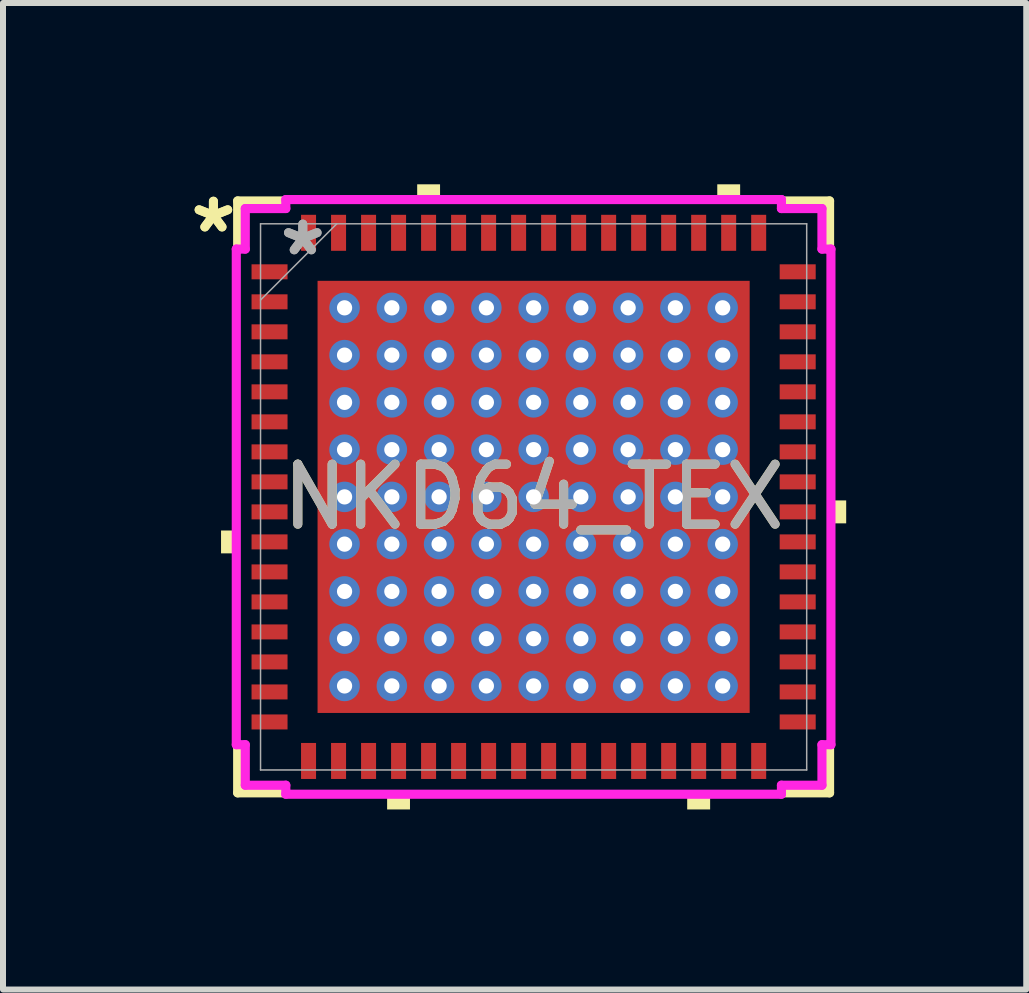
<source format=kicad_pcb>
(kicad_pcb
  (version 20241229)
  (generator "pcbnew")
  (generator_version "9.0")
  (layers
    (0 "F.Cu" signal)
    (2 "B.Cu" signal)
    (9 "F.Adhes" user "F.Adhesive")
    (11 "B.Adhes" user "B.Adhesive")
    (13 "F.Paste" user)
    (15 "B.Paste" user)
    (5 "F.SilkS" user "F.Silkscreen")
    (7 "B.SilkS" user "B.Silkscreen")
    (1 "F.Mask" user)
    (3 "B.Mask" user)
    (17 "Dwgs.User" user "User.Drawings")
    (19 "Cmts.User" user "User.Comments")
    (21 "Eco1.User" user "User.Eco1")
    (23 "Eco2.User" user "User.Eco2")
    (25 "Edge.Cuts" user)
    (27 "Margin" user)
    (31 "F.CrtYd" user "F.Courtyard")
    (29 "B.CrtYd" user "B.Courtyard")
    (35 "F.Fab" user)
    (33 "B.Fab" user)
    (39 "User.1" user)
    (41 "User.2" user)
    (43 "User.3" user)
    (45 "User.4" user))
  (footprint "NKD64_TEX"
    (layer "F.Cu")
    (at 5.841 5.229)
    (property "Reference" "NKD64_TEX" (at 0 0 0) (unlocked yes) (layer "F.SilkS") (effects (font (size 1 1) (thickness 0.15))))
    (attr through_hole)
    (fp_poly (pts (xy -3.663 -3.663) (xy -3.35 -3.663) (xy -3.35 3.663) (xy -3.663 3.663)) (stroke (width 0) (type solid)) (fill yes) (layer "F.Mask"))
    (fp_poly (pts (xy -3.663 -3.663) (xy 3.663 -3.663) (xy 3.663 -3.35) (xy -3.663 -3.35)) (stroke (width 0) (type solid)) (fill yes) (layer "F.Mask"))
    (fp_poly (pts (xy -3.663 -2.95) (xy 3.663 -2.95) (xy 3.663 -2.562) (xy -3.663 -2.562)) (stroke (width 0) (type solid)) (fill yes) (layer "F.Mask"))
    (fp_poly (pts (xy -3.663 -2.162) (xy 3.663 -2.162) (xy 3.663 -1.775) (xy -3.663 -1.775)) (stroke (width 0) (type solid)) (fill yes) (layer "F.Mask"))
    (fp_poly (pts (xy -3.663 -1.375) (xy 3.663 -1.375) (xy 3.663 -0.987) (xy -3.663 -0.987)) (stroke (width 0) (type solid)) (fill yes) (layer "F.Mask"))
    (fp_poly (pts (xy -3.663 -0.587) (xy 3.663 -0.587) (xy 3.663 -0.2) (xy -3.663 -0.2)) (stroke (width 0) (type solid)) (fill yes) (layer "F.Mask"))
    (fp_poly (pts (xy -3.663 0.2) (xy 3.663 0.2) (xy 3.663 0.587) (xy -3.663 0.587)) (stroke (width 0) (type solid)) (fill yes) (layer "F.Mask"))
    (fp_poly (pts (xy -3.663 0.987) (xy 3.663 0.987) (xy 3.663 1.375) (xy -3.663 1.375)) (stroke (width 0) (type solid)) (fill yes) (layer "F.Mask"))
    (fp_poly (pts (xy -3.663 1.775) (xy 3.663 1.775) (xy 3.663 2.162) (xy -3.663 2.162)) (stroke (width 0) (type solid)) (fill yes) (layer "F.Mask"))
    (fp_poly (pts (xy -3.663 2.562) (xy 3.663 2.562) (xy 3.663 2.95) (xy -3.663 2.95)) (stroke (width 0) (type solid)) (fill yes) (layer "F.Mask"))
    (fp_poly (pts (xy -3.663 3.35) (xy 3.663 3.35) (xy 3.663 3.663) (xy -3.663 3.663)) (stroke (width 0) (type solid)) (fill yes) (layer "F.Mask"))
    (fp_poly (pts (xy -2.562 -3.663) (xy -2.95 -3.663) (xy -2.95 3.663) (xy -2.562 3.663)) (stroke (width 0) (type solid)) (fill yes) (layer "F.Mask"))
    (fp_poly (pts (xy -1.775 -3.663) (xy -2.162 -3.663) (xy -2.162 3.663) (xy -1.775 3.663)) (stroke (width 0) (type solid)) (fill yes) (layer "F.Mask"))
    (fp_poly (pts (xy -0.987 -3.663) (xy -1.375 -3.663) (xy -1.375 3.663) (xy -0.987 3.663)) (stroke (width 0) (type solid)) (fill yes) (layer "F.Mask"))
    (fp_poly (pts (xy -0.2 -3.663) (xy -0.587 -3.663) (xy -0.587 3.663) (xy -0.2 3.663)) (stroke (width 0) (type solid)) (fill yes) (layer "F.Mask"))
    (fp_poly (pts (xy 0.587 -3.663) (xy 0.2 -3.663) (xy 0.2 3.663) (xy 0.587 3.663)) (stroke (width 0) (type solid)) (fill yes) (layer "F.Mask"))
    (fp_poly (pts (xy 1.375 -3.663) (xy 0.987 -3.663) (xy 0.987 3.663) (xy 1.375 3.663)) (stroke (width 0) (type solid)) (fill yes) (layer "F.Mask"))
    (fp_poly (pts (xy 2.162 -3.663) (xy 1.775 -3.663) (xy 1.775 3.663) (xy 2.162 3.663)) (stroke (width 0) (type solid)) (fill yes) (layer "F.Mask"))
    (fp_poly (pts (xy 2.95 -3.663) (xy 2.562 -3.663) (xy 2.562 3.663) (xy 2.95 3.663)) (stroke (width 0) (type solid)) (fill yes) (layer "F.Mask"))
    (fp_poly (pts (xy 3.35 -3.663) (xy 3.663 -3.663) (xy 3.663 3.663) (xy 3.35 3.663)) (stroke (width 0) (type solid)) (fill yes) (layer "F.Mask"))
    (fp_line (start -4.931 -4.931) (end -4.931 -4.114) (stroke (width 0.152) (type solid)) (layer "F.SilkS"))
    (fp_line (start -4.931 4.114) (end -4.931 4.931) (stroke (width 0.152) (type solid)) (layer "F.SilkS"))
    (fp_line (start -4.931 4.931) (end -4.114 4.931) (stroke (width 0.152) (type solid)) (layer "F.SilkS"))
    (fp_line (start -4.114 -4.931) (end -4.931 -4.931) (stroke (width 0.152) (type solid)) (layer "F.SilkS"))
    (fp_line (start 4.114 4.931) (end 4.931 4.931) (stroke (width 0.152) (type solid)) (layer "F.SilkS"))
    (fp_line (start 4.931 -4.931) (end 4.114 -4.931) (stroke (width 0.152) (type solid)) (layer "F.SilkS"))
    (fp_line (start 4.931 -4.114) (end 4.931 -4.931) (stroke (width 0.152) (type solid)) (layer "F.SilkS"))
    (fp_line (start 4.931 4.931) (end 4.931 4.114) (stroke (width 0.152) (type solid)) (layer "F.SilkS"))
    (fp_poly (pts (xy -5.208 0.56) (xy -5.208 0.941) (xy -4.954 0.941) (xy -4.954 0.56)) (stroke (width 0) (type solid)) (fill yes) (layer "F.SilkS"))
    (fp_poly (pts (xy -2.441 4.954) (xy -2.441 5.208) (xy -2.06 5.208) (xy -2.06 4.954)) (stroke (width 0) (type solid)) (fill yes) (layer "F.SilkS"))
    (fp_poly (pts (xy -1.94 -4.954) (xy -1.94 -5.208) (xy -1.559 -5.208) (xy -1.559 -4.954)) (stroke (width 0) (type solid)) (fill yes) (layer "F.SilkS"))
    (fp_poly (pts (xy 2.559 4.954) (xy 2.559 5.208) (xy 2.941 5.208) (xy 2.941 4.954)) (stroke (width 0) (type solid)) (fill yes) (layer "F.SilkS"))
    (fp_poly (pts (xy 3.06 -4.954) (xy 3.06 -5.208) (xy 3.441 -5.208) (xy 3.441 -4.954)) (stroke (width 0) (type solid)) (fill yes) (layer "F.SilkS"))
    (fp_poly (pts (xy 5.208 0.059) (xy 5.208 0.441) (xy 4.954 0.441) (xy 4.954 0.059)) (stroke (width 0) (type solid)) (fill yes) (layer "F.SilkS"))
    (fp_poly (pts (xy -3.525 -3.525) (xy -3.525 -3.25) (xy -3.391 -3.25) (xy -3.25 -3.391) (xy -3.25 -3.525)) (stroke (width 0) (type solid)) (fill yes) (layer "F.Paste"))
    (fp_poly (pts (xy -3.525 3.25) (xy -3.525 3.525) (xy -3.25 3.525) (xy -3.25 3.391) (xy -3.391 3.25)) (stroke (width 0) (type solid)) (fill yes) (layer "F.Paste"))
    (fp_poly (pts (xy 3.25 -3.525) (xy 3.25 -3.391) (xy 3.391 -3.25) (xy 3.525 -3.25) (xy 3.525 -3.525)) (stroke (width 0) (type solid)) (fill yes) (layer "F.Paste"))
    (fp_poly (pts (xy 3.391 3.25) (xy 3.25 3.391) (xy 3.25 3.525) (xy 3.525 3.525) (xy 3.525 3.25)) (stroke (width 0) (type solid)) (fill yes) (layer "F.Paste"))
    (fp_poly (pts (xy -3.525 -3.05) (xy -3.525 -2.462) (xy -3.391 -2.462) (xy -3.25 -2.604) (xy -3.25 -2.908) (xy -3.391 -3.05)) (stroke (width 0) (type solid)) (fill yes) (layer "F.Paste"))
    (fp_poly (pts (xy -3.525 -2.262) (xy -3.525 -1.675) (xy -3.391 -1.675) (xy -3.25 -1.816) (xy -3.25 -2.121) (xy -3.391 -2.262)) (stroke (width 0) (type solid)) (fill yes) (layer "F.Paste"))
    (fp_poly (pts (xy -3.525 -1.475) (xy -3.525 -0.887) (xy -3.391 -0.887) (xy -3.25 -1.029) (xy -3.25 -1.333) (xy -3.391 -1.475)) (stroke (width 0) (type solid)) (fill yes) (layer "F.Paste"))
    (fp_poly (pts (xy -3.525 -0.687) (xy -3.525 -0.1) (xy -3.391 -0.1) (xy -3.25 -0.241) (xy -3.25 -0.546) (xy -3.391 -0.687)) (stroke (width 0) (type solid)) (fill yes) (layer "F.Paste"))
    (fp_poly (pts (xy -3.525 0.1) (xy -3.525 0.687) (xy -3.391 0.687) (xy -3.25 0.546) (xy -3.25 0.241) (xy -3.391 0.1)) (stroke (width 0) (type solid)) (fill yes) (layer "F.Paste"))
    (fp_poly (pts (xy -3.525 0.887) (xy -3.525 1.475) (xy -3.391 1.475) (xy -3.25 1.333) (xy -3.25 1.029) (xy -3.391 0.887)) (stroke (width 0) (type solid)) (fill yes) (layer "F.Paste"))
    (fp_poly (pts (xy -3.525 1.675) (xy -3.525 2.262) (xy -3.391 2.262) (xy -3.25 2.121) (xy -3.25 1.816) (xy -3.391 1.675)) (stroke (width 0) (type solid)) (fill yes) (layer "F.Paste"))
    (fp_poly (pts (xy -3.525 2.462) (xy -3.525 3.05) (xy -3.391 3.05) (xy -3.25 2.908) (xy -3.25 2.604) (xy -3.391 2.462)) (stroke (width 0) (type solid)) (fill yes) (layer "F.Paste"))
    (fp_poly (pts (xy -3.05 -3.525) (xy -3.05 -3.391) (xy -2.908 -3.25) (xy -2.604 -3.25) (xy -2.462 -3.391) (xy -2.462 -3.525)) (stroke (width 0) (type solid)) (fill yes) (layer "F.Paste"))
    (fp_poly (pts (xy -2.908 3.25) (xy -3.05 3.391) (xy -3.05 3.525) (xy -2.462 3.525) (xy -2.462 3.391) (xy -2.604 3.25)) (stroke (width 0) (type solid)) (fill yes) (layer "F.Paste"))
    (fp_poly (pts (xy -2.262 -3.525) (xy -2.262 -3.391) (xy -2.121 -3.25) (xy -1.816 -3.25) (xy -1.675 -3.391) (xy -1.675 -3.525)) (stroke (width 0) (type solid)) (fill yes) (layer "F.Paste"))
    (fp_poly (pts (xy -2.121 3.25) (xy -2.262 3.391) (xy -2.262 3.525) (xy -1.675 3.525) (xy -1.675 3.391) (xy -1.816 3.25)) (stroke (width 0) (type solid)) (fill yes) (layer "F.Paste"))
    (fp_poly (pts (xy -1.475 -3.525) (xy -1.475 -3.391) (xy -1.333 -3.25) (xy -1.029 -3.25) (xy -0.887 -3.391) (xy -0.887 -3.525)) (stroke (width 0) (type solid)) (fill yes) (layer "F.Paste"))
    (fp_poly (pts (xy -1.333 3.25) (xy -1.475 3.391) (xy -1.475 3.525) (xy -0.887 3.525) (xy -0.887 3.391) (xy -1.029 3.25)) (stroke (width 0) (type solid)) (fill yes) (layer "F.Paste"))
    (fp_poly (pts (xy -0.687 -3.525) (xy -0.687 -3.391) (xy -0.546 -3.25) (xy -0.241 -3.25) (xy -0.1 -3.391) (xy -0.1 -3.525)) (stroke (width 0) (type solid)) (fill yes) (layer "F.Paste"))
    (fp_poly (pts (xy -0.546 3.25) (xy -0.687 3.391) (xy -0.687 3.525) (xy -0.1 3.525) (xy -0.1 3.391) (xy -0.241 3.25)) (stroke (width 0) (type solid)) (fill yes) (layer "F.Paste"))
    (fp_poly (pts (xy 0.1 -3.525) (xy 0.1 -3.391) (xy 0.241 -3.25) (xy 0.546 -3.25) (xy 0.687 -3.391) (xy 0.687 -3.525)) (stroke (width 0) (type solid)) (fill yes) (layer "F.Paste"))
    (fp_poly (pts (xy 0.241 3.25) (xy 0.1 3.391) (xy 0.1 3.525) (xy 0.687 3.525) (xy 0.687 3.391) (xy 0.546 3.25)) (stroke (width 0) (type solid)) (fill yes) (layer "F.Paste"))
    (fp_poly (pts (xy 0.887 -3.525) (xy 0.887 -3.391) (xy 1.029 -3.25) (xy 1.333 -3.25) (xy 1.475 -3.391) (xy 1.475 -3.525)) (stroke (width 0) (type solid)) (fill yes) (layer "F.Paste"))
    (fp_poly (pts (xy 1.029 3.25) (xy 0.887 3.391) (xy 0.887 3.525) (xy 1.475 3.525) (xy 1.475 3.391) (xy 1.333 3.25)) (stroke (width 0) (type solid)) (fill yes) (layer "F.Paste"))
    (fp_poly (pts (xy 1.675 -3.525) (xy 1.675 -3.391) (xy 1.816 -3.25) (xy 2.121 -3.25) (xy 2.262 -3.391) (xy 2.262 -3.525)) (stroke (width 0) (type solid)) (fill yes) (layer "F.Paste"))
    (fp_poly (pts (xy 1.816 3.25) (xy 1.675 3.391) (xy 1.675 3.525) (xy 2.262 3.525) (xy 2.262 3.391) (xy 2.121 3.25)) (stroke (width 0) (type solid)) (fill yes) (layer "F.Paste"))
    (fp_poly (pts (xy 2.462 -3.525) (xy 2.462 -3.391) (xy 2.604 -3.25) (xy 2.908 -3.25) (xy 3.05 -3.391) (xy 3.05 -3.525)) (stroke (width 0) (type solid)) (fill yes) (layer "F.Paste"))
    (fp_poly (pts (xy 2.604 3.25) (xy 2.462 3.391) (xy 2.462 3.525) (xy 3.05 3.525) (xy 3.05 3.391) (xy 2.908 3.25)) (stroke (width 0) (type solid)) (fill yes) (layer "F.Paste"))
    (fp_poly (pts (xy 3.391 -3.05) (xy 3.25 -2.908) (xy 3.25 -2.604) (xy 3.391 -2.462) (xy 3.525 -2.462) (xy 3.525 -3.05)) (stroke (width 0) (type solid)) (fill yes) (layer "F.Paste"))
    (fp_poly (pts (xy 3.391 -2.262) (xy 3.25 -2.121) (xy 3.25 -1.816) (xy 3.391 -1.675) (xy 3.525 -1.675) (xy 3.525 -2.262)) (stroke (width 0) (type solid)) (fill yes) (layer "F.Paste"))
    (fp_poly (pts (xy 3.391 -1.475) (xy 3.25 -1.333) (xy 3.25 -1.029) (xy 3.391 -0.887) (xy 3.525 -0.887) (xy 3.525 -1.475)) (stroke (width 0) (type solid)) (fill yes) (layer "F.Paste"))
    (fp_poly (pts (xy 3.391 -0.687) (xy 3.25 -0.546) (xy 3.25 -0.241) (xy 3.391 -0.1) (xy 3.525 -0.1) (xy 3.525 -0.687)) (stroke (width 0) (type solid)) (fill yes) (layer "F.Paste"))
    (fp_poly (pts (xy 3.391 0.1) (xy 3.25 0.241) (xy 3.25 0.546) (xy 3.391 0.687) (xy 3.525 0.687) (xy 3.525 0.1)) (stroke (width 0) (type solid)) (fill yes) (layer "F.Paste"))
    (fp_poly (pts (xy 3.391 0.887) (xy 3.25 1.029) (xy 3.25 1.333) (xy 3.391 1.475) (xy 3.525 1.475) (xy 3.525 0.887)) (stroke (width 0) (type solid)) (fill yes) (layer "F.Paste"))
    (fp_poly (pts (xy 3.391 1.675) (xy 3.25 1.816) (xy 3.25 2.121) (xy 3.391 2.262) (xy 3.525 2.262) (xy 3.525 1.675)) (stroke (width 0) (type solid)) (fill yes) (layer "F.Paste"))
    (fp_poly (pts (xy 3.391 2.462) (xy 3.25 2.604) (xy 3.25 2.908) (xy 3.391 3.05) (xy 3.525 3.05) (xy 3.525 2.462)) (stroke (width 0) (type solid)) (fill yes) (layer "F.Paste"))
    (fp_poly (pts (xy -2.908 -3.05) (xy -3.05 -2.908) (xy -3.05 -2.604) (xy -2.908 -2.462) (xy -2.604 -2.462) (xy -2.462 -2.604) (xy -2.462 -2.908) (xy -2.604 -3.05)) (stroke (width 0) (type solid)) (fill yes) (layer "F.Paste"))
    (fp_poly (pts (xy -2.908 -2.262) (xy -3.05 -2.121) (xy -3.05 -1.816) (xy -2.908 -1.675) (xy -2.604 -1.675) (xy -2.462 -1.816) (xy -2.462 -2.121) (xy -2.604 -2.262)) (stroke (width 0) (type solid)) (fill yes) (layer "F.Paste"))
    (fp_poly (pts (xy -2.908 -1.475) (xy -3.05 -1.333) (xy -3.05 -1.029) (xy -2.908 -0.887) (xy -2.604 -0.887) (xy -2.462 -1.029) (xy -2.462 -1.333) (xy -2.604 -1.475)) (stroke (width 0) (type solid)) (fill yes) (layer "F.Paste"))
    (fp_poly (pts (xy -2.908 -0.687) (xy -3.05 -0.546) (xy -3.05 -0.241) (xy -2.908 -0.1) (xy -2.604 -0.1) (xy -2.462 -0.241) (xy -2.462 -0.546) (xy -2.604 -0.687)) (stroke (width 0) (type solid)) (fill yes) (layer "F.Paste"))
    (fp_poly (pts (xy -2.908 0.1) (xy -3.05 0.241) (xy -3.05 0.546) (xy -2.908 0.687) (xy -2.604 0.687) (xy -2.462 0.546) (xy -2.462 0.241) (xy -2.604 0.1)) (stroke (width 0) (type solid)) (fill yes) (layer "F.Paste"))
    (fp_poly (pts (xy -2.908 0.887) (xy -3.05 1.029) (xy -3.05 1.333) (xy -2.908 1.475) (xy -2.604 1.475) (xy -2.462 1.333) (xy -2.462 1.029) (xy -2.604 0.887)) (stroke (width 0) (type solid)) (fill yes) (layer "F.Paste"))
    (fp_poly (pts (xy -2.908 1.675) (xy -3.05 1.816) (xy -3.05 2.121) (xy -2.908 2.262) (xy -2.604 2.262) (xy -2.462 2.121) (xy -2.462 1.816) (xy -2.604 1.675)) (stroke (width 0) (type solid)) (fill yes) (layer "F.Paste"))
    (fp_poly (pts (xy -2.908 2.462) (xy -3.05 2.604) (xy -3.05 2.908) (xy -2.908 3.05) (xy -2.604 3.05) (xy -2.462 2.908) (xy -2.462 2.604) (xy -2.604 2.462)) (stroke (width 0) (type solid)) (fill yes) (layer "F.Paste"))
    (fp_poly (pts (xy -2.121 -3.05) (xy -2.262 -2.908) (xy -2.262 -2.604) (xy -2.121 -2.462) (xy -1.816 -2.462) (xy -1.675 -2.604) (xy -1.675 -2.908) (xy -1.816 -3.05)) (stroke (width 0) (type solid)) (fill yes) (layer "F.Paste"))
    (fp_poly (pts (xy -2.121 -2.262) (xy -2.262 -2.121) (xy -2.262 -1.816) (xy -2.121 -1.675) (xy -1.816 -1.675) (xy -1.675 -1.816) (xy -1.675 -2.121) (xy -1.816 -2.262)) (stroke (width 0) (type solid)) (fill yes) (layer "F.Paste"))
    (fp_poly (pts (xy -2.121 -1.475) (xy -2.262 -1.333) (xy -2.262 -1.029) (xy -2.121 -0.887) (xy -1.816 -0.887) (xy -1.675 -1.029) (xy -1.675 -1.333) (xy -1.816 -1.475)) (stroke (width 0) (type solid)) (fill yes) (layer "F.Paste"))
    (fp_poly (pts (xy -2.121 -0.687) (xy -2.262 -0.546) (xy -2.262 -0.241) (xy -2.121 -0.1) (xy -1.816 -0.1) (xy -1.675 -0.241) (xy -1.675 -0.546) (xy -1.816 -0.687)) (stroke (width 0) (type solid)) (fill yes) (layer "F.Paste"))
    (fp_poly (pts (xy -2.121 0.1) (xy -2.262 0.241) (xy -2.262 0.546) (xy -2.121 0.687) (xy -1.816 0.687) (xy -1.675 0.546) (xy -1.675 0.241) (xy -1.816 0.1)) (stroke (width 0) (type solid)) (fill yes) (layer "F.Paste"))
    (fp_poly (pts (xy -2.121 0.887) (xy -2.262 1.029) (xy -2.262 1.333) (xy -2.121 1.475) (xy -1.816 1.475) (xy -1.675 1.333) (xy -1.675 1.029) (xy -1.816 0.887)) (stroke (width 0) (type solid)) (fill yes) (layer "F.Paste"))
    (fp_poly (pts (xy -2.121 1.675) (xy -2.262 1.816) (xy -2.262 2.121) (xy -2.121 2.262) (xy -1.816 2.262) (xy -1.675 2.121) (xy -1.675 1.816) (xy -1.816 1.675)) (stroke (width 0) (type solid)) (fill yes) (layer "F.Paste"))
    (fp_poly (pts (xy -2.121 2.462) (xy -2.262 2.604) (xy -2.262 2.908) (xy -2.121 3.05) (xy -1.816 3.05) (xy -1.675 2.908) (xy -1.675 2.604) (xy -1.816 2.462)) (stroke (width 0) (type solid)) (fill yes) (layer "F.Paste"))
    (fp_poly (pts (xy -1.333 -3.05) (xy -1.475 -2.908) (xy -1.475 -2.604) (xy -1.333 -2.462) (xy -1.029 -2.462) (xy -0.887 -2.604) (xy -0.887 -2.908) (xy -1.029 -3.05)) (stroke (width 0) (type solid)) (fill yes) (layer "F.Paste"))
    (fp_poly (pts (xy -1.333 -2.262) (xy -1.475 -2.121) (xy -1.475 -1.816) (xy -1.333 -1.675) (xy -1.029 -1.675) (xy -0.887 -1.816) (xy -0.887 -2.121) (xy -1.029 -2.262)) (stroke (width 0) (type solid)) (fill yes) (layer "F.Paste"))
    (fp_poly (pts (xy -1.333 -1.475) (xy -1.475 -1.333) (xy -1.475 -1.029) (xy -1.333 -0.887) (xy -1.029 -0.887) (xy -0.887 -1.029) (xy -0.887 -1.333) (xy -1.029 -1.475)) (stroke (width 0) (type solid)) (fill yes) (layer "F.Paste"))
    (fp_poly (pts (xy -1.333 -0.687) (xy -1.475 -0.546) (xy -1.475 -0.241) (xy -1.333 -0.1) (xy -1.029 -0.1) (xy -0.887 -0.241) (xy -0.887 -0.546) (xy -1.029 -0.687)) (stroke (width 0) (type solid)) (fill yes) (layer "F.Paste"))
    (fp_poly (pts (xy -1.333 0.1) (xy -1.475 0.241) (xy -1.475 0.546) (xy -1.333 0.687) (xy -1.029 0.687) (xy -0.887 0.546) (xy -0.887 0.241) (xy -1.029 0.1)) (stroke (width 0) (type solid)) (fill yes) (layer "F.Paste"))
    (fp_poly (pts (xy -1.333 0.887) (xy -1.475 1.029) (xy -1.475 1.333) (xy -1.333 1.475) (xy -1.029 1.475) (xy -0.887 1.333) (xy -0.887 1.029) (xy -1.029 0.887)) (stroke (width 0) (type solid)) (fill yes) (layer "F.Paste"))
    (fp_poly (pts (xy -1.333 1.675) (xy -1.475 1.816) (xy -1.475 2.121) (xy -1.333 2.262) (xy -1.029 2.262) (xy -0.887 2.121) (xy -0.887 1.816) (xy -1.029 1.675)) (stroke (width 0) (type solid)) (fill yes) (layer "F.Paste"))
    (fp_poly (pts (xy -1.333 2.462) (xy -1.475 2.604) (xy -1.475 2.908) (xy -1.333 3.05) (xy -1.029 3.05) (xy -0.887 2.908) (xy -0.887 2.604) (xy -1.029 2.462)) (stroke (width 0) (type solid)) (fill yes) (layer "F.Paste"))
    (fp_poly (pts (xy -0.546 -3.05) (xy -0.687 -2.908) (xy -0.687 -2.604) (xy -0.546 -2.462) (xy -0.241 -2.462) (xy -0.1 -2.604) (xy -0.1 -2.908) (xy -0.241 -3.05)) (stroke (width 0) (type solid)) (fill yes) (layer "F.Paste"))
    (fp_poly (pts (xy -0.546 -2.262) (xy -0.687 -2.121) (xy -0.687 -1.816) (xy -0.546 -1.675) (xy -0.241 -1.675) (xy -0.1 -1.816) (xy -0.1 -2.121) (xy -0.241 -2.262)) (stroke (width 0) (type solid)) (fill yes) (layer "F.Paste"))
    (fp_poly (pts (xy -0.546 -1.475) (xy -0.687 -1.333) (xy -0.687 -1.029) (xy -0.546 -0.887) (xy -0.241 -0.887) (xy -0.1 -1.029) (xy -0.1 -1.333) (xy -0.241 -1.475)) (stroke (width 0) (type solid)) (fill yes) (layer "F.Paste"))
    (fp_poly (pts (xy -0.546 -0.687) (xy -0.687 -0.546) (xy -0.687 -0.241) (xy -0.546 -0.1) (xy -0.241 -0.1) (xy -0.1 -0.241) (xy -0.1 -0.546) (xy -0.241 -0.687)) (stroke (width 0) (type solid)) (fill yes) (layer "F.Paste"))
    (fp_poly (pts (xy -0.546 0.1) (xy -0.687 0.241) (xy -0.687 0.546) (xy -0.546 0.687) (xy -0.241 0.687) (xy -0.1 0.546) (xy -0.1 0.241) (xy -0.241 0.1)) (stroke (width 0) (type solid)) (fill yes) (layer "F.Paste"))
    (fp_poly (pts (xy -0.546 0.887) (xy -0.687 1.029) (xy -0.687 1.333) (xy -0.546 1.475) (xy -0.241 1.475) (xy -0.1 1.333) (xy -0.1 1.029) (xy -0.241 0.887)) (stroke (width 0) (type solid)) (fill yes) (layer "F.Paste"))
    (fp_poly (pts (xy -0.546 1.675) (xy -0.687 1.816) (xy -0.687 2.121) (xy -0.546 2.262) (xy -0.241 2.262) (xy -0.1 2.121) (xy -0.1 1.816) (xy -0.241 1.675)) (stroke (width 0) (type solid)) (fill yes) (layer "F.Paste"))
    (fp_poly (pts (xy -0.546 2.462) (xy -0.687 2.604) (xy -0.687 2.908) (xy -0.546 3.05) (xy -0.241 3.05) (xy -0.1 2.908) (xy -0.1 2.604) (xy -0.241 2.462)) (stroke (width 0) (type solid)) (fill yes) (layer "F.Paste"))
    (fp_poly (pts (xy 0.241 -3.05) (xy 0.1 -2.908) (xy 0.1 -2.604) (xy 0.241 -2.462) (xy 0.546 -2.462) (xy 0.687 -2.604) (xy 0.687 -2.908) (xy 0.546 -3.05)) (stroke (width 0) (type solid)) (fill yes) (layer "F.Paste"))
    (fp_poly (pts (xy 0.241 -2.262) (xy 0.1 -2.121) (xy 0.1 -1.816) (xy 0.241 -1.675) (xy 0.546 -1.675) (xy 0.687 -1.816) (xy 0.687 -2.121) (xy 0.546 -2.262)) (stroke (width 0) (type solid)) (fill yes) (layer "F.Paste"))
    (fp_poly (pts (xy 0.241 -1.475) (xy 0.1 -1.333) (xy 0.1 -1.029) (xy 0.241 -0.887) (xy 0.546 -0.887) (xy 0.687 -1.029) (xy 0.687 -1.333) (xy 0.546 -1.475)) (stroke (width 0) (type solid)) (fill yes) (layer "F.Paste"))
    (fp_poly (pts (xy 0.241 -0.687) (xy 0.1 -0.546) (xy 0.1 -0.241) (xy 0.241 -0.1) (xy 0.546 -0.1) (xy 0.687 -0.241) (xy 0.687 -0.546) (xy 0.546 -0.687)) (stroke (width 0) (type solid)) (fill yes) (layer "F.Paste"))
    (fp_poly (pts (xy 0.241 0.1) (xy 0.1 0.241) (xy 0.1 0.546) (xy 0.241 0.687) (xy 0.546 0.687) (xy 0.687 0.546) (xy 0.687 0.241) (xy 0.546 0.1)) (stroke (width 0) (type solid)) (fill yes) (layer "F.Paste"))
    (fp_poly (pts (xy 0.241 0.887) (xy 0.1 1.029) (xy 0.1 1.333) (xy 0.241 1.475) (xy 0.546 1.475) (xy 0.687 1.333) (xy 0.687 1.029) (xy 0.546 0.887)) (stroke (width 0) (type solid)) (fill yes) (layer "F.Paste"))
    (fp_poly (pts (xy 0.241 1.675) (xy 0.1 1.816) (xy 0.1 2.121) (xy 0.241 2.262) (xy 0.546 2.262) (xy 0.687 2.121) (xy 0.687 1.816) (xy 0.546 1.675)) (stroke (width 0) (type solid)) (fill yes) (layer "F.Paste"))
    (fp_poly (pts (xy 0.241 2.462) (xy 0.1 2.604) (xy 0.1 2.908) (xy 0.241 3.05) (xy 0.546 3.05) (xy 0.687 2.908) (xy 0.687 2.604) (xy 0.546 2.462)) (stroke (width 0) (type solid)) (fill yes) (layer "F.Paste"))
    (fp_poly (pts (xy 1.029 -3.05) (xy 0.887 -2.908) (xy 0.887 -2.604) (xy 1.029 -2.462) (xy 1.333 -2.462) (xy 1.475 -2.604) (xy 1.475 -2.908) (xy 1.333 -3.05)) (stroke (width 0) (type solid)) (fill yes) (layer "F.Paste"))
    (fp_poly (pts (xy 1.029 -2.262) (xy 0.887 -2.121) (xy 0.887 -1.816) (xy 1.029 -1.675) (xy 1.333 -1.675) (xy 1.475 -1.816) (xy 1.475 -2.121) (xy 1.333 -2.262)) (stroke (width 0) (type solid)) (fill yes) (layer "F.Paste"))
    (fp_poly (pts (xy 1.029 -1.475) (xy 0.887 -1.333) (xy 0.887 -1.029) (xy 1.029 -0.887) (xy 1.333 -0.887) (xy 1.475 -1.029) (xy 1.475 -1.333) (xy 1.333 -1.475)) (stroke (width 0) (type solid)) (fill yes) (layer "F.Paste"))
    (fp_poly (pts (xy 1.029 -0.687) (xy 0.887 -0.546) (xy 0.887 -0.241) (xy 1.029 -0.1) (xy 1.333 -0.1) (xy 1.475 -0.241) (xy 1.475 -0.546) (xy 1.333 -0.687)) (stroke (width 0) (type solid)) (fill yes) (layer "F.Paste"))
    (fp_poly (pts (xy 1.029 0.1) (xy 0.887 0.241) (xy 0.887 0.546) (xy 1.029 0.687) (xy 1.333 0.687) (xy 1.475 0.546) (xy 1.475 0.241) (xy 1.333 0.1)) (stroke (width 0) (type solid)) (fill yes) (layer "F.Paste"))
    (fp_poly (pts (xy 1.029 0.887) (xy 0.887 1.029) (xy 0.887 1.333) (xy 1.029 1.475) (xy 1.333 1.475) (xy 1.475 1.333) (xy 1.475 1.029) (xy 1.333 0.887)) (stroke (width 0) (type solid)) (fill yes) (layer "F.Paste"))
    (fp_poly (pts (xy 1.029 1.675) (xy 0.887 1.816) (xy 0.887 2.121) (xy 1.029 2.262) (xy 1.333 2.262) (xy 1.475 2.121) (xy 1.475 1.816) (xy 1.333 1.675)) (stroke (width 0) (type solid)) (fill yes) (layer "F.Paste"))
    (fp_poly (pts (xy 1.029 2.462) (xy 0.887 2.604) (xy 0.887 2.908) (xy 1.029 3.05) (xy 1.333 3.05) (xy 1.475 2.908) (xy 1.475 2.604) (xy 1.333 2.462)) (stroke (width 0) (type solid)) (fill yes) (layer "F.Paste"))
    (fp_poly (pts (xy 1.816 -3.05) (xy 1.675 -2.908) (xy 1.675 -2.604) (xy 1.816 -2.462) (xy 2.121 -2.462) (xy 2.262 -2.604) (xy 2.262 -2.908) (xy 2.121 -3.05)) (stroke (width 0) (type solid)) (fill yes) (layer "F.Paste"))
    (fp_poly (pts (xy 1.816 -2.262) (xy 1.675 -2.121) (xy 1.675 -1.816) (xy 1.816 -1.675) (xy 2.121 -1.675) (xy 2.262 -1.816) (xy 2.262 -2.121) (xy 2.121 -2.262)) (stroke (width 0) (type solid)) (fill yes) (layer "F.Paste"))
    (fp_poly (pts (xy 1.816 -1.475) (xy 1.675 -1.333) (xy 1.675 -1.029) (xy 1.816 -0.887) (xy 2.121 -0.887) (xy 2.262 -1.029) (xy 2.262 -1.333) (xy 2.121 -1.475)) (stroke (width 0) (type solid)) (fill yes) (layer "F.Paste"))
    (fp_poly (pts (xy 1.816 -0.687) (xy 1.675 -0.546) (xy 1.675 -0.241) (xy 1.816 -0.1) (xy 2.121 -0.1) (xy 2.262 -0.241) (xy 2.262 -0.546) (xy 2.121 -0.687)) (stroke (width 0) (type solid)) (fill yes) (layer "F.Paste"))
    (fp_poly (pts (xy 1.816 0.1) (xy 1.675 0.241) (xy 1.675 0.546) (xy 1.816 0.687) (xy 2.121 0.687) (xy 2.262 0.546) (xy 2.262 0.241) (xy 2.121 0.1)) (stroke (width 0) (type solid)) (fill yes) (layer "F.Paste"))
    (fp_poly (pts (xy 1.816 0.887) (xy 1.675 1.029) (xy 1.675 1.333) (xy 1.816 1.475) (xy 2.121 1.475) (xy 2.262 1.333) (xy 2.262 1.029) (xy 2.121 0.887)) (stroke (width 0) (type solid)) (fill yes) (layer "F.Paste"))
    (fp_poly (pts (xy 1.816 1.675) (xy 1.675 1.816) (xy 1.675 2.121) (xy 1.816 2.262) (xy 2.121 2.262) (xy 2.262 2.121) (xy 2.262 1.816) (xy 2.121 1.675)) (stroke (width 0) (type solid)) (fill yes) (layer "F.Paste"))
    (fp_poly (pts (xy 1.816 2.462) (xy 1.675 2.604) (xy 1.675 2.908) (xy 1.816 3.05) (xy 2.121 3.05) (xy 2.262 2.908) (xy 2.262 2.604) (xy 2.121 2.462)) (stroke (width 0) (type solid)) (fill yes) (layer "F.Paste"))
    (fp_poly (pts (xy 2.604 -3.05) (xy 2.462 -2.908) (xy 2.462 -2.604) (xy 2.604 -2.462) (xy 2.908 -2.462) (xy 3.05 -2.604) (xy 3.05 -2.908) (xy 2.908 -3.05)) (stroke (width 0) (type solid)) (fill yes) (layer "F.Paste"))
    (fp_poly (pts (xy 2.604 -2.262) (xy 2.462 -2.121) (xy 2.462 -1.816) (xy 2.604 -1.675) (xy 2.908 -1.675) (xy 3.05 -1.816) (xy 3.05 -2.121) (xy 2.908 -2.262)) (stroke (width 0) (type solid)) (fill yes) (layer "F.Paste"))
    (fp_poly (pts (xy 2.604 -1.475) (xy 2.462 -1.333) (xy 2.462 -1.029) (xy 2.604 -0.887) (xy 2.908 -0.887) (xy 3.05 -1.029) (xy 3.05 -1.333) (xy 2.908 -1.475)) (stroke (width 0) (type solid)) (fill yes) (layer "F.Paste"))
    (fp_poly (pts (xy 2.604 -0.687) (xy 2.462 -0.546) (xy 2.462 -0.241) (xy 2.604 -0.1) (xy 2.908 -0.1) (xy 3.05 -0.241) (xy 3.05 -0.546) (xy 2.908 -0.687)) (stroke (width 0) (type solid)) (fill yes) (layer "F.Paste"))
    (fp_poly (pts (xy 2.604 0.1) (xy 2.462 0.241) (xy 2.462 0.546) (xy 2.604 0.687) (xy 2.908 0.687) (xy 3.05 0.546) (xy 3.05 0.241) (xy 2.908 0.1)) (stroke (width 0) (type solid)) (fill yes) (layer "F.Paste"))
    (fp_poly (pts (xy 2.604 0.887) (xy 2.462 1.029) (xy 2.462 1.333) (xy 2.604 1.475) (xy 2.908 1.475) (xy 3.05 1.333) (xy 3.05 1.029) (xy 2.908 0.887)) (stroke (width 0) (type solid)) (fill yes) (layer "F.Paste"))
    (fp_poly (pts (xy 2.604 1.675) (xy 2.462 1.816) (xy 2.462 2.121) (xy 2.604 2.262) (xy 2.908 2.262) (xy 3.05 2.121) (xy 3.05 1.816) (xy 2.908 1.675)) (stroke (width 0) (type solid)) (fill yes) (layer "F.Paste"))
    (fp_poly (pts (xy 2.604 2.462) (xy 2.462 2.604) (xy 2.462 2.908) (xy 2.604 3.05) (xy 2.908 3.05) (xy 3.05 2.908) (xy 3.05 2.604) (xy 2.908 2.462)) (stroke (width 0) (type solid)) (fill yes) (layer "F.Paste"))
    (fp_line (start -4.954 -4.129) (end -4.804 -4.129) (stroke (width 0.152) (type solid)) (layer "F.CrtYd"))
    (fp_line (start -4.954 4.129) (end -4.954 -4.129) (stroke (width 0.152) (type solid)) (layer "F.CrtYd"))
    (fp_line (start -4.804 -4.804) (end -4.129 -4.804) (stroke (width 0.152) (type solid)) (layer "F.CrtYd"))
    (fp_line (start -4.804 -4.129) (end -4.804 -4.804) (stroke (width 0.152) (type solid)) (layer "F.CrtYd"))
    (fp_line (start -4.804 4.129) (end -4.954 4.129) (stroke (width 0.152) (type solid)) (layer "F.CrtYd"))
    (fp_line (start -4.804 4.804) (end -4.804 4.129) (stroke (width 0.152) (type solid)) (layer "F.CrtYd"))
    (fp_line (start -4.129 -4.954) (end 4.129 -4.954) (stroke (width 0.152) (type solid)) (layer "F.CrtYd"))
    (fp_line (start -4.129 -4.804) (end -4.129 -4.954) (stroke (width 0.152) (type solid)) (layer "F.CrtYd"))
    (fp_line (start -4.129 4.804) (end -4.804 4.804) (stroke (width 0.152) (type solid)) (layer "F.CrtYd"))
    (fp_line (start -4.129 4.954) (end -4.129 4.804) (stroke (width 0.152) (type solid)) (layer "F.CrtYd"))
    (fp_line (start 4.129 -4.954) (end 4.129 -4.804) (stroke (width 0.152) (type solid)) (layer "F.CrtYd"))
    (fp_line (start 4.129 -4.804) (end 4.804 -4.804) (stroke (width 0.152) (type solid)) (layer "F.CrtYd"))
    (fp_line (start 4.129 4.804) (end 4.129 4.954) (stroke (width 0.152) (type solid)) (layer "F.CrtYd"))
    (fp_line (start 4.129 4.954) (end -4.129 4.954) (stroke (width 0.152) (type solid)) (layer "F.CrtYd"))
    (fp_line (start 4.804 -4.804) (end 4.804 -4.129) (stroke (width 0.152) (type solid)) (layer "F.CrtYd"))
    (fp_line (start 4.804 -4.129) (end 4.954 -4.129) (stroke (width 0.152) (type solid)) (layer "F.CrtYd"))
    (fp_line (start 4.804 4.129) (end 4.804 4.804) (stroke (width 0.152) (type solid)) (layer "F.CrtYd"))
    (fp_line (start 4.804 4.804) (end 4.129 4.804) (stroke (width 0.152) (type solid)) (layer "F.CrtYd"))
    (fp_line (start 4.954 -4.129) (end 4.954 4.129) (stroke (width 0.152) (type solid)) (layer "F.CrtYd"))
    (fp_line (start 4.954 4.129) (end 4.804 4.129) (stroke (width 0.152) (type solid)) (layer "F.CrtYd"))
    (fp_line (start -4.55 -4.55) (end -4.55 4.55) (stroke (width 0.025) (type solid)) (layer "F.Fab"))
    (fp_line (start -4.55 -3.28) (end -3.28 -4.55) (stroke (width 0.025) (type solid)) (layer "F.Fab"))
    (fp_line (start -4.55 4.55) (end 4.55 4.55) (stroke (width 0.025) (type solid)) (layer "F.Fab"))
    (fp_line (start 4.55 -4.55) (end -4.55 -4.55) (stroke (width 0.025) (type solid)) (layer "F.Fab"))
    (fp_line (start 4.55 4.55) (end 4.55 -4.55) (stroke (width 0.025) (type solid)) (layer "F.Fab"))
    (fp_text user "*" (at -5.335 -4.381 0) (unlocked yes) (layer "F.SilkS") (effects (font (size 1 1) (thickness 0.15))))
    (fp_text user "*" (at -5.335 -4.381 0) (layer "F.SilkS") (effects (font (size 1 1) (thickness 0.15))))
    (fp_text user "${REFERENCE}" (at 0 0 0) (unlocked yes) (layer "F.Fab") (effects (font (size 1 1) (thickness 0.15))))
    (fp_text user "*" (at -3.846 -4 0) (layer "F.Fab") (effects (font (size 1 1) (thickness 0.15))))
    (fp_text user "*" (at -3.846 -4 0) (unlocked yes) (layer "F.Fab") (effects (font (size 1 1) (thickness 0.15))))
    (pad "1" smd rect (at -4.4 -3.75 90) (size 0.25 0.6) (layers "F.Cu" "F.Mask" "F.Paste"))
    (pad "2" smd rect (at -4.4 -3.25 90) (size 0.25 0.6) (layers "F.Cu" "F.Mask" "F.Paste"))
    (pad "3" smd rect (at -4.4 -2.75 90) (size 0.25 0.6) (layers "F.Cu" "F.Mask" "F.Paste"))
    (pad "4" smd rect (at -4.4 -2.25 90) (size 0.25 0.6) (layers "F.Cu" "F.Mask" "F.Paste"))
    (pad "5" smd rect (at -4.4 -1.75 90) (size 0.25 0.6) (layers "F.Cu" "F.Mask" "F.Paste"))
    (pad "6" smd rect (at -4.4 -1.25 90) (size 0.25 0.6) (layers "F.Cu" "F.Mask" "F.Paste"))
    (pad "7" smd rect (at -4.4 -0.75 90) (size 0.25 0.6) (layers "F.Cu" "F.Mask" "F.Paste"))
    (pad "8" smd rect (at -4.4 -0.25 90) (size 0.25 0.6) (layers "F.Cu" "F.Mask" "F.Paste"))
    (pad "9" smd rect (at -4.4 0.25 90) (size 0.25 0.6) (layers "F.Cu" "F.Mask" "F.Paste"))
    (pad "10" smd rect (at -4.4 0.75 90) (size 0.25 0.6) (layers "F.Cu" "F.Mask" "F.Paste"))
    (pad "11" smd rect (at -4.4 1.25 90) (size 0.25 0.6) (layers "F.Cu" "F.Mask" "F.Paste"))
    (pad "12" smd rect (at -4.4 1.75 90) (size 0.25 0.6) (layers "F.Cu" "F.Mask" "F.Paste"))
    (pad "13" smd rect (at -4.4 2.25 90) (size 0.25 0.6) (layers "F.Cu" "F.Mask" "F.Paste"))
    (pad "14" smd rect (at -4.4 2.75 90) (size 0.25 0.6) (layers "F.Cu" "F.Mask" "F.Paste"))
    (pad "15" smd rect (at -4.4 3.25 90) (size 0.25 0.6) (layers "F.Cu" "F.Mask" "F.Paste"))
    (pad "16" smd rect (at -4.4 3.75 90) (size 0.25 0.6) (layers "F.Cu" "F.Mask" "F.Paste"))
    (pad "17" smd rect (at -3.75 4.4) (size 0.25 0.6) (layers "F.Cu" "F.Mask" "F.Paste"))
    (pad "18" smd rect (at -3.25 4.4) (size 0.25 0.6) (layers "F.Cu" "F.Mask" "F.Paste"))
    (pad "19" smd rect (at -2.75 4.4) (size 0.25 0.6) (layers "F.Cu" "F.Mask" "F.Paste"))
    (pad "20" smd rect (at -2.25 4.4) (size 0.25 0.6) (layers "F.Cu" "F.Mask" "F.Paste"))
    (pad "21" smd rect (at -1.75 4.4) (size 0.25 0.6) (layers "F.Cu" "F.Mask" "F.Paste"))
    (pad "22" smd rect (at -1.25 4.4) (size 0.25 0.6) (layers "F.Cu" "F.Mask" "F.Paste"))
    (pad "23" smd rect (at -0.75 4.4) (size 0.25 0.6) (layers "F.Cu" "F.Mask" "F.Paste"))
    (pad "24" smd rect (at -0.25 4.4) (size 0.25 0.6) (layers "F.Cu" "F.Mask" "F.Paste"))
    (pad "25" smd rect (at 0.25 4.4) (size 0.25 0.6) (layers "F.Cu" "F.Mask" "F.Paste"))
    (pad "26" smd rect (at 0.75 4.4) (size 0.25 0.6) (layers "F.Cu" "F.Mask" "F.Paste"))
    (pad "27" smd rect (at 1.25 4.4) (size 0.25 0.6) (layers "F.Cu" "F.Mask" "F.Paste"))
    (pad "28" smd rect (at 1.75 4.4) (size 0.25 0.6) (layers "F.Cu" "F.Mask" "F.Paste"))
    (pad "29" smd rect (at 2.25 4.4) (size 0.25 0.6) (layers "F.Cu" "F.Mask" "F.Paste"))
    (pad "30" smd rect (at 2.75 4.4) (size 0.25 0.6) (layers "F.Cu" "F.Mask" "F.Paste"))
    (pad "31" smd rect (at 3.25 4.4) (size 0.25 0.6) (layers "F.Cu" "F.Mask" "F.Paste"))
    (pad "32" smd rect (at 3.75 4.4) (size 0.25 0.6) (layers "F.Cu" "F.Mask" "F.Paste"))
    (pad "33" smd rect (at 4.4 3.75 90) (size 0.25 0.6) (layers "F.Cu" "F.Mask" "F.Paste"))
    (pad "34" smd rect (at 4.4 3.25 90) (size 0.25 0.6) (layers "F.Cu" "F.Mask" "F.Paste"))
    (pad "35" smd rect (at 4.4 2.75 90) (size 0.25 0.6) (layers "F.Cu" "F.Mask" "F.Paste"))
    (pad "36" smd rect (at 4.4 2.25 90) (size 0.25 0.6) (layers "F.Cu" "F.Mask" "F.Paste"))
    (pad "37" smd rect (at 4.4 1.75 90) (size 0.25 0.6) (layers "F.Cu" "F.Mask" "F.Paste"))
    (pad "38" smd rect (at 4.4 1.25 90) (size 0.25 0.6) (layers "F.Cu" "F.Mask" "F.Paste"))
    (pad "39" smd rect (at 4.4 0.75 90) (size 0.25 0.6) (layers "F.Cu" "F.Mask" "F.Paste"))
    (pad "40" smd rect (at 4.4 0.25 90) (size 0.25 0.6) (layers "F.Cu" "F.Mask" "F.Paste"))
    (pad "41" smd rect (at 4.4 -0.25 90) (size 0.25 0.6) (layers "F.Cu" "F.Mask" "F.Paste"))
    (pad "42" smd rect (at 4.4 -0.75 90) (size 0.25 0.6) (layers "F.Cu" "F.Mask" "F.Paste"))
    (pad "43" smd rect (at 4.4 -1.25 90) (size 0.25 0.6) (layers "F.Cu" "F.Mask" "F.Paste"))
    (pad "44" smd rect (at 4.4 -1.75 90) (size 0.25 0.6) (layers "F.Cu" "F.Mask" "F.Paste"))
    (pad "45" smd rect (at 4.4 -2.25 90) (size 0.25 0.6) (layers "F.Cu" "F.Mask" "F.Paste"))
    (pad "46" smd rect (at 4.4 -2.75 90) (size 0.25 0.6) (layers "F.Cu" "F.Mask" "F.Paste"))
    (pad "47" smd rect (at 4.4 -3.25 90) (size 0.25 0.6) (layers "F.Cu" "F.Mask" "F.Paste"))
    (pad "48" smd rect (at 4.4 -3.75 90) (size 0.25 0.6) (layers "F.Cu" "F.Mask" "F.Paste"))
    (pad "49" smd rect (at 3.75 -4.4) (size 0.25 0.6) (layers "F.Cu" "F.Mask" "F.Paste"))
    (pad "50" smd rect (at 3.25 -4.4) (size 0.25 0.6) (layers "F.Cu" "F.Mask" "F.Paste"))
    (pad "51" smd rect (at 2.75 -4.4) (size 0.25 0.6) (layers "F.Cu" "F.Mask" "F.Paste"))
    (pad "52" smd rect (at 2.25 -4.4) (size 0.25 0.6) (layers "F.Cu" "F.Mask" "F.Paste"))
    (pad "53" smd rect (at 1.75 -4.4) (size 0.25 0.6) (layers "F.Cu" "F.Mask" "F.Paste"))
    (pad "54" smd rect (at 1.25 -4.4) (size 0.25 0.6) (layers "F.Cu" "F.Mask" "F.Paste"))
    (pad "55" smd rect (at 0.75 -4.4) (size 0.25 0.6) (layers "F.Cu" "F.Mask" "F.Paste"))
    (pad "56" smd rect (at 0.25 -4.4) (size 0.25 0.6) (layers "F.Cu" "F.Mask" "F.Paste"))
    (pad "57" smd rect (at -0.25 -4.4) (size 0.25 0.6) (layers "F.Cu" "F.Mask" "F.Paste"))
    (pad "58" smd rect (at -0.75 -4.4) (size 0.25 0.6) (layers "F.Cu" "F.Mask" "F.Paste"))
    (pad "59" smd rect (at -1.25 -4.4) (size 0.25 0.6) (layers "F.Cu" "F.Mask" "F.Paste"))
    (pad "60" smd rect (at -1.75 -4.4) (size 0.25 0.6) (layers "F.Cu" "F.Mask" "F.Paste"))
    (pad "61" smd rect (at -2.25 -4.4) (size 0.25 0.6) (layers "F.Cu" "F.Mask" "F.Paste"))
    (pad "62" smd rect (at -2.75 -4.4) (size 0.25 0.6) (layers "F.Cu" "F.Mask" "F.Paste"))
    (pad "63" smd rect (at -3.25 -4.4) (size 0.25 0.6) (layers "F.Cu" "F.Mask" "F.Paste"))
    (pad "64" smd rect (at -3.75 -4.4) (size 0.25 0.6) (layers "F.Cu" "F.Mask" "F.Paste"))
    (pad "65" smd rect (at 0 0) (size 7.2 7.2) (layers "F.Cu"))
    (pad "V" thru_hole circle (at -3.15 -3.15) (size 0.508 0.508) (drill 0.254) (layers "*.Cu" "*.Mask"))
    (pad "V" thru_hole circle (at -3.15 -2.362) (size 0.508 0.508) (drill 0.254) (layers "*.Cu" "*.Mask"))
    (pad "V" thru_hole circle (at -3.15 -1.575) (size 0.508 0.508) (drill 0.254) (layers "*.Cu" "*.Mask"))
    (pad "V" thru_hole circle (at -3.15 -0.787) (size 0.508 0.508) (drill 0.254) (layers "*.Cu" "*.Mask"))
    (pad "V" thru_hole circle (at -3.15 0) (size 0.508 0.508) (drill 0.254) (layers "*.Cu" "*.Mask"))
    (pad "V" thru_hole circle (at -3.15 0.787) (size 0.508 0.508) (drill 0.254) (layers "*.Cu" "*.Mask"))
    (pad "V" thru_hole circle (at -3.15 1.575) (size 0.508 0.508) (drill 0.254) (layers "*.Cu" "*.Mask"))
    (pad "V" thru_hole circle (at -3.15 2.362) (size 0.508 0.508) (drill 0.254) (layers "*.Cu" "*.Mask"))
    (pad "V" thru_hole circle (at -3.15 3.15) (size 0.508 0.508) (drill 0.254) (layers "*.Cu" "*.Mask"))
    (pad "V" thru_hole circle (at -2.362 -3.15) (size 0.508 0.508) (drill 0.254) (layers "*.Cu" "*.Mask"))
    (pad "V" thru_hole circle (at -2.362 -2.362) (size 0.508 0.508) (drill 0.254) (layers "*.Cu" "*.Mask"))
    (pad "V" thru_hole circle (at -2.362 -1.575) (size 0.508 0.508) (drill 0.254) (layers "*.Cu" "*.Mask"))
    (pad "V" thru_hole circle (at -2.362 -0.787) (size 0.508 0.508) (drill 0.254) (layers "*.Cu" "*.Mask"))
    (pad "V" thru_hole circle (at -2.362 0) (size 0.508 0.508) (drill 0.254) (layers "*.Cu" "*.Mask"))
    (pad "V" thru_hole circle (at -2.362 0.787) (size 0.508 0.508) (drill 0.254) (layers "*.Cu" "*.Mask"))
    (pad "V" thru_hole circle (at -2.362 1.575) (size 0.508 0.508) (drill 0.254) (layers "*.Cu" "*.Mask"))
    (pad "V" thru_hole circle (at -2.362 2.362) (size 0.508 0.508) (drill 0.254) (layers "*.Cu" "*.Mask"))
    (pad "V" thru_hole circle (at -2.362 3.15) (size 0.508 0.508) (drill 0.254) (layers "*.Cu" "*.Mask"))
    (pad "V" thru_hole circle (at -1.575 -3.15) (size 0.508 0.508) (drill 0.254) (layers "*.Cu" "*.Mask"))
    (pad "V" thru_hole circle (at -1.575 -2.362) (size 0.508 0.508) (drill 0.254) (layers "*.Cu" "*.Mask"))
    (pad "V" thru_hole circle (at -1.575 -1.575) (size 0.508 0.508) (drill 0.254) (layers "*.Cu" "*.Mask"))
    (pad "V" thru_hole circle (at -1.575 -0.787) (size 0.508 0.508) (drill 0.254) (layers "*.Cu" "*.Mask"))
    (pad "V" thru_hole circle (at -1.575 0) (size 0.508 0.508) (drill 0.254) (layers "*.Cu" "*.Mask"))
    (pad "V" thru_hole circle (at -1.575 0.787) (size 0.508 0.508) (drill 0.254) (layers "*.Cu" "*.Mask"))
    (pad "V" thru_hole circle (at -1.575 1.575) (size 0.508 0.508) (drill 0.254) (layers "*.Cu" "*.Mask"))
    (pad "V" thru_hole circle (at -1.575 2.362) (size 0.508 0.508) (drill 0.254) (layers "*.Cu" "*.Mask"))
    (pad "V" thru_hole circle (at -1.575 3.15) (size 0.508 0.508) (drill 0.254) (layers "*.Cu" "*.Mask"))
    (pad "V" thru_hole circle (at -0.787 -3.15) (size 0.508 0.508) (drill 0.254) (layers "*.Cu" "*.Mask"))
    (pad "V" thru_hole circle (at -0.787 -2.362) (size 0.508 0.508) (drill 0.254) (layers "*.Cu" "*.Mask"))
    (pad "V" thru_hole circle (at -0.787 -1.575) (size 0.508 0.508) (drill 0.254) (layers "*.Cu" "*.Mask"))
    (pad "V" thru_hole circle (at -0.787 -0.787) (size 0.508 0.508) (drill 0.254) (layers "*.Cu" "*.Mask"))
    (pad "V" thru_hole circle (at -0.787 0) (size 0.508 0.508) (drill 0.254) (layers "*.Cu" "*.Mask"))
    (pad "V" thru_hole circle (at -0.787 0.787) (size 0.508 0.508) (drill 0.254) (layers "*.Cu" "*.Mask"))
    (pad "V" thru_hole circle (at -0.787 1.575) (size 0.508 0.508) (drill 0.254) (layers "*.Cu" "*.Mask"))
    (pad "V" thru_hole circle (at -0.787 2.362) (size 0.508 0.508) (drill 0.254) (layers "*.Cu" "*.Mask"))
    (pad "V" thru_hole circle (at -0.787 3.15) (size 0.508 0.508) (drill 0.254) (layers "*.Cu" "*.Mask"))
    (pad "V" thru_hole circle (at 0 -3.15) (size 0.508 0.508) (drill 0.254) (layers "*.Cu" "*.Mask"))
    (pad "V" thru_hole circle (at 0 -2.362) (size 0.508 0.508) (drill 0.254) (layers "*.Cu" "*.Mask"))
    (pad "V" thru_hole circle (at 0 -1.575) (size 0.508 0.508) (drill 0.254) (layers "*.Cu" "*.Mask"))
    (pad "V" thru_hole circle (at 0 -0.787) (size 0.508 0.508) (drill 0.254) (layers "*.Cu" "*.Mask"))
    (pad "V" thru_hole circle (at 0 0) (size 0.508 0.508) (drill 0.254) (layers "*.Cu" "*.Mask"))
    (pad "V" thru_hole circle (at 0 0.787) (size 0.508 0.508) (drill 0.254) (layers "*.Cu" "*.Mask"))
    (pad "V" thru_hole circle (at 0 1.575) (size 0.508 0.508) (drill 0.254) (layers "*.Cu" "*.Mask"))
    (pad "V" thru_hole circle (at 0 2.362) (size 0.508 0.508) (drill 0.254) (layers "*.Cu" "*.Mask"))
    (pad "V" thru_hole circle (at 0 3.15) (size 0.508 0.508) (drill 0.254) (layers "*.Cu" "*.Mask"))
    (pad "V" thru_hole circle (at 0.787 -3.15) (size 0.508 0.508) (drill 0.254) (layers "*.Cu" "*.Mask"))
    (pad "V" thru_hole circle (at 0.787 -2.362) (size 0.508 0.508) (drill 0.254) (layers "*.Cu" "*.Mask"))
    (pad "V" thru_hole circle (at 0.787 -1.575) (size 0.508 0.508) (drill 0.254) (layers "*.Cu" "*.Mask"))
    (pad "V" thru_hole circle (at 0.787 -0.787) (size 0.508 0.508) (drill 0.254) (layers "*.Cu" "*.Mask"))
    (pad "V" thru_hole circle (at 0.787 0) (size 0.508 0.508) (drill 0.254) (layers "*.Cu" "*.Mask"))
    (pad "V" thru_hole circle (at 0.787 0.787) (size 0.508 0.508) (drill 0.254) (layers "*.Cu" "*.Mask"))
    (pad "V" thru_hole circle (at 0.787 1.575) (size 0.508 0.508) (drill 0.254) (layers "*.Cu" "*.Mask"))
    (pad "V" thru_hole circle (at 0.787 2.362) (size 0.508 0.508) (drill 0.254) (layers "*.Cu" "*.Mask"))
    (pad "V" thru_hole circle (at 0.787 3.15) (size 0.508 0.508) (drill 0.254) (layers "*.Cu" "*.Mask"))
    (pad "V" thru_hole circle (at 1.575 -3.15) (size 0.508 0.508) (drill 0.254) (layers "*.Cu" "*.Mask"))
    (pad "V" thru_hole circle (at 1.575 -2.362) (size 0.508 0.508) (drill 0.254) (layers "*.Cu" "*.Mask"))
    (pad "V" thru_hole circle (at 1.575 -1.575) (size 0.508 0.508) (drill 0.254) (layers "*.Cu" "*.Mask"))
    (pad "V" thru_hole circle (at 1.575 -0.787) (size 0.508 0.508) (drill 0.254) (layers "*.Cu" "*.Mask"))
    (pad "V" thru_hole circle (at 1.575 0) (size 0.508 0.508) (drill 0.254) (layers "*.Cu" "*.Mask"))
    (pad "V" thru_hole circle (at 1.575 0.787) (size 0.508 0.508) (drill 0.254) (layers "*.Cu" "*.Mask"))
    (pad "V" thru_hole circle (at 1.575 1.575) (size 0.508 0.508) (drill 0.254) (layers "*.Cu" "*.Mask"))
    (pad "V" thru_hole circle (at 1.575 2.362) (size 0.508 0.508) (drill 0.254) (layers "*.Cu" "*.Mask"))
    (pad "V" thru_hole circle (at 1.575 3.15) (size 0.508 0.508) (drill 0.254) (layers "*.Cu" "*.Mask"))
    (pad "V" thru_hole circle (at 2.362 -3.15) (size 0.508 0.508) (drill 0.254) (layers "*.Cu" "*.Mask"))
    (pad "V" thru_hole circle (at 2.362 -2.362) (size 0.508 0.508) (drill 0.254) (layers "*.Cu" "*.Mask"))
    (pad "V" thru_hole circle (at 2.362 -1.575) (size 0.508 0.508) (drill 0.254) (layers "*.Cu" "*.Mask"))
    (pad "V" thru_hole circle (at 2.362 -0.787) (size 0.508 0.508) (drill 0.254) (layers "*.Cu" "*.Mask"))
    (pad "V" thru_hole circle (at 2.362 0) (size 0.508 0.508) (drill 0.254) (layers "*.Cu" "*.Mask"))
    (pad "V" thru_hole circle (at 2.362 0.787) (size 0.508 0.508) (drill 0.254) (layers "*.Cu" "*.Mask"))
    (pad "V" thru_hole circle (at 2.362 1.575) (size 0.508 0.508) (drill 0.254) (layers "*.Cu" "*.Mask"))
    (pad "V" thru_hole circle (at 2.362 2.362) (size 0.508 0.508) (drill 0.254) (layers "*.Cu" "*.Mask"))
    (pad "V" thru_hole circle (at 2.362 3.15) (size 0.508 0.508) (drill 0.254) (layers "*.Cu" "*.Mask"))
    (pad "V" thru_hole circle (at 3.15 -3.15) (size 0.508 0.508) (drill 0.254) (layers "*.Cu" "*.Mask"))
    (pad "V" thru_hole circle (at 3.15 -2.362) (size 0.508 0.508) (drill 0.254) (layers "*.Cu" "*.Mask"))
    (pad "V" thru_hole circle (at 3.15 -1.575) (size 0.508 0.508) (drill 0.254) (layers "*.Cu" "*.Mask"))
    (pad "V" thru_hole circle (at 3.15 -0.787) (size 0.508 0.508) (drill 0.254) (layers "*.Cu" "*.Mask"))
    (pad "V" thru_hole circle (at 3.15 0) (size 0.508 0.508) (drill 0.254) (layers "*.Cu" "*.Mask"))
    (pad "V" thru_hole circle (at 3.15 0.787) (size 0.508 0.508) (drill 0.254) (layers "*.Cu" "*.Mask"))
    (pad "V" thru_hole circle (at 3.15 1.575) (size 0.508 0.508) (drill 0.254) (layers "*.Cu" "*.Mask"))
    (pad "V" thru_hole circle (at 3.15 2.362) (size 0.508 0.508) (drill 0.254) (layers "*.Cu" "*.Mask"))
    (pad "V" thru_hole circle (at 3.15 3.15) (size 0.508 0.508) (drill 0.254) (layers "*.Cu" "*.Mask")))
  (gr_rect
    (start -3 -3)
    (end 14.049 13.437)
    (stroke (width 0.1) (type default))
    (fill no)
    (layer "Edge.Cuts")))
</source>
